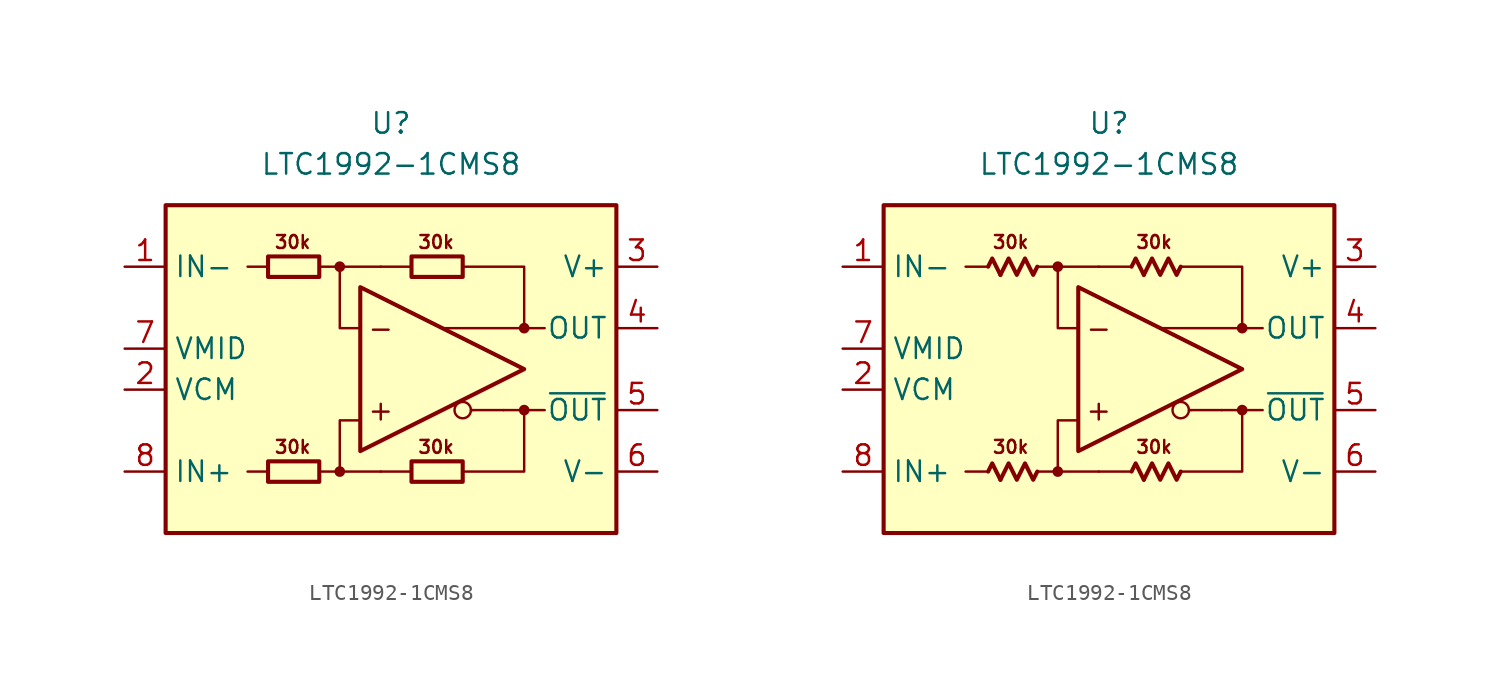
<source format=kicad_sym>
(kicad_symbol_lib
  (version 20231120)
  (generator "kicad_symbol_editor")
  (generator_version "8.0")
  (symbol "LTC1992-1CMS8"
    (property "Reference" "U"
      (at 0 15.24 0)
      (effects (font (size 1.27 1.27))))
    (property "Value" "LTC1992-1CMS8"
      (at 0 12.7 0)
      (effects (font (size 1.27 1.27))))
    (symbol "LTC1992-1CMS8_0_0"
      (rectangle (start -13.97 10.16) (end 13.97 -10.16) (stroke (width 0.254) (type default)) (fill (type background)))
      (circle (center -3.175 -6.35) (radius 0.254) (stroke (width 0.152) (type default)) (fill (type outline)))
      (circle (center -3.175 6.35) (radius 0.254) (stroke (width 0.152) (type default)) (fill (type outline)))
      (polyline (pts (xy -7.62 -6.35) (xy -8.89 -6.35)) (stroke (width 0.152) (type default)) (fill (type none)))
      (polyline (pts (xy -7.62 6.35) (xy -8.89 6.35)) (stroke (width 0.152) (type default)) (fill (type none)))
      (polyline (pts (xy -3.175 6.35) (xy -0.635 6.35)) (stroke (width 0.152) (type default)) (fill (type none)))
      (polyline (pts (xy -0.635 -6.35) (xy -3.175 -6.35)) (stroke (width 0.152) (type default)) (fill (type none)))
      (polyline (pts (xy 1.27 -6.35) (xy -0.635 -6.35)) (stroke (width 0.152) (type default)) (fill (type none)))
      (polyline (pts (xy 1.27 6.35) (xy -0.635 6.35)) (stroke (width 0.152) (type default)) (fill (type none)))
      (polyline (pts (xy 5.08 -2.54) (xy 4.953 -2.54)) (stroke (width 0.152) (type default)) (fill (type none)))
      (polyline (pts (xy 6.985 -2.54) (xy 5.08 -2.54)) (stroke (width 0.152) (type default)) (fill (type none)))
      (polyline (pts (xy 8.255 -2.54) (xy 9.525 -2.54)) (stroke (width 0.152) (type default)) (fill (type none)))
      (polyline (pts (xy 8.255 2.54) (xy 9.525 2.54)) (stroke (width 0.152) (type default)) (fill (type none)))
      (polyline (pts (xy -4.445 -6.35) (xy -3.175 -6.35) (xy -3.175 -3.175) (xy -1.905 -3.175)) (stroke (width 0.152) (type default)) (fill (type none)))
      (polyline (pts (xy -1.905 2.54) (xy -3.175 2.54) (xy -3.175 6.35) (xy -4.445 6.35)) (stroke (width 0.152) (type default)) (fill (type none)))
      (polyline (pts (xy 4.445 6.35) (xy 8.255 6.35) (xy 8.255 2.54) (xy 3.175 2.54)) (stroke (width 0.152) (type default)) (fill (type none)))
      (polyline (pts (xy 6.985 -2.54) (xy 8.255 -2.54) (xy 8.255 -6.35) (xy 4.445 -6.35)) (stroke (width 0.152) (type default)) (fill (type none)))
      (circle (center 4.445 -2.54) (radius 0.508) (stroke (width 0.152) (type default)) (fill (type none)))
      (circle (center 8.255 -2.54) (radius 0.254) (stroke (width 0.152) (type default)) (fill (type outline)))
      (circle (center 8.255 2.54) (radius 0.254) (stroke (width 0.152) (type default)) (fill (type outline)))
      (text "+" (at -0.635 -2.54 0) (effects (font (size 1.27 1.27))))
      (text "-" (at -0.635 2.54 0) (effects (font (size 1.27 1.27)))))
    (symbol "LTC1992-1CMS8_0_1"
      (rectangle (start -7.62 -5.715) (end -4.445 -6.985) (stroke (width 0.254) (type default)) (fill (type none)))
      (rectangle (start -7.62 6.985) (end -4.445 5.715) (stroke (width 0.254) (type default)) (fill (type none)))
      (rectangle (start 1.27 -5.715) (end 4.445 -6.985) (stroke (width 0.254) (type default)) (fill (type none)))
      (rectangle (start 1.27 6.985) (end 4.445 5.715) (stroke (width 0.254) (type default)) (fill (type none))))
    (symbol "LTC1992-1CMS8_0_2"
      (polyline (pts (xy -6.731 -6.858) (xy -7.239 -5.842) (xy -7.493 -6.35)) (stroke (width 0.254) (type default)) (fill (type none)))
      (polyline (pts (xy -6.731 5.842) (xy -7.239 6.858) (xy -7.493 6.35)) (stroke (width 0.254) (type default)) (fill (type none)))
      (polyline (pts (xy 2.159 -6.858) (xy 1.651 -5.842) (xy 1.397 -6.35)) (stroke (width 0.254) (type default)) (fill (type none)))
      (polyline (pts (xy 2.159 5.842) (xy 1.651 6.858) (xy 1.397 6.35)) (stroke (width 0.254) (type default)) (fill (type none)))
      (polyline (pts (xy -4.445 -6.35) (xy -4.699 -6.858) (xy -5.207 -5.842) (xy -5.715 -6.858) (xy -6.223 -5.842) (xy -6.731 -6.858)) (stroke (width 0.254) (type default)) (fill (type none)))
      (polyline (pts (xy -4.445 6.35) (xy -4.699 5.842) (xy -5.207 6.858) (xy -5.715 5.842) (xy -6.223 6.858) (xy -6.731 5.842)) (stroke (width 0.254) (type default)) (fill (type none)))
      (polyline (pts (xy 4.445 -6.35) (xy 4.191 -6.858) (xy 3.683 -5.842) (xy 3.175 -6.858) (xy 2.667 -5.842) (xy 2.159 -6.858)) (stroke (width 0.254) (type default)) (fill (type none)))
      (polyline (pts (xy 4.445 6.35) (xy 4.191 5.842) (xy 3.683 6.858) (xy 3.175 5.842) (xy 2.667 6.858) (xy 2.159 5.842)) (stroke (width 0.254) (type default)) (fill (type none))))
    (symbol "LTC1992-1CMS8_1_0"
      (polyline (pts (xy -1.905 5.08) (xy -1.905 -5.08) (xy 8.255 0) (xy -1.905 5.08)) (stroke (width 0.254) (type default)) (fill (type none)))
      (text "30k" (at -6.096 -4.826 0) (effects (font (size 0.8 0.8))))
      (text "30k" (at -6.096 7.874 0) (effects (font (size 0.8 0.8))))
      (text "30k" (at 2.794 -4.826 0) (effects (font (size 0.8 0.8))))
      (text "30k" (at 2.794 7.874 0) (effects (font (size 0.8 0.8)))))
    (symbol "LTC1992-1CMS8_1_1"
      (pin input line (at -16.51 6.35 0) (length 2.54) (name "IN-" (effects (font (size 1.27 1.27)))) (number "1" (effects (font (size 1.27 1.27)))))
      (pin input line (at -16.51 -1.27 0) (length 2.54) (name "VCM" (effects (font (size 1.27 1.27)))) (number "2" (effects (font (size 1.27 1.27)))))
      (pin power_in line (at 16.51 6.35 180) (length 2.54) (name "V+" (effects (font (size 1.27 1.27)))) (number "3" (effects (font (size 1.27 1.27)))))
      (pin output line (at 16.51 2.54 180) (length 2.54) (name "OUT" (effects (font (size 1.27 1.27)))) (number "4" (effects (font (size 1.27 1.27)))))
      (pin output line (at 16.51 -2.54 180) (length 2.54) (name "~{OUT}" (effects (font (size 1.27 1.27)))) (number "5" (effects (font (size 1.27 1.27)))))
      (pin power_in line (at 16.51 -6.35 180) (length 2.54) (name "V-" (effects (font (size 1.27 1.27)))) (number "6" (effects (font (size 1.27 1.27)))))
      (pin output line (at -16.51 1.27 0) (length 2.54) (name "VMID" (effects (font (size 1.27 1.27)))) (number "7" (effects (font (size 1.27 1.27)))))
      (pin input line (at -16.51 -6.35 0) (length 2.54) (name "IN+" (effects (font (size 1.27 1.27)))) (number "8" (effects (font (size 1.27 1.27))))))
    (symbol "LTC1992-1CMS8_1_2"
      (pin input line (at -16.51 6.35 0) (length 2.54) (name "IN-" (effects (font (size 1.27 1.27)))) (number "1" (effects (font (size 1.27 1.27)))))
      (pin input line (at -16.51 -1.27 0) (length 2.54) (name "VCM" (effects (font (size 1.27 1.27)))) (number "2" (effects (font (size 1.27 1.27)))))
      (pin power_in line (at 16.51 6.35 180) (length 2.54) (name "V+" (effects (font (size 1.27 1.27)))) (number "3" (effects (font (size 1.27 1.27)))))
      (pin output line (at 16.51 2.54 180) (length 2.54) (name "OUT" (effects (font (size 1.27 1.27)))) (number "4" (effects (font (size 1.27 1.27)))))
      (pin output line (at 16.51 -2.54 180) (length 2.54) (name "~{OUT}" (effects (font (size 1.27 1.27)))) (number "5" (effects (font (size 1.27 1.27)))))
      (pin power_in line (at 16.51 -6.35 180) (length 2.54) (name "V-" (effects (font (size 1.27 1.27)))) (number "6" (effects (font (size 1.27 1.27)))))
      (pin output line (at -16.51 1.27 0) (length 2.54) (name "VMID" (effects (font (size 1.27 1.27)))) (number "7" (effects (font (size 1.27 1.27)))))
      (pin input line (at -16.51 -6.35 0) (length 2.54) (name "IN+" (effects (font (size 1.27 1.27)))) (number "8" (effects (font (size 1.27 1.27))))))))
</source>
